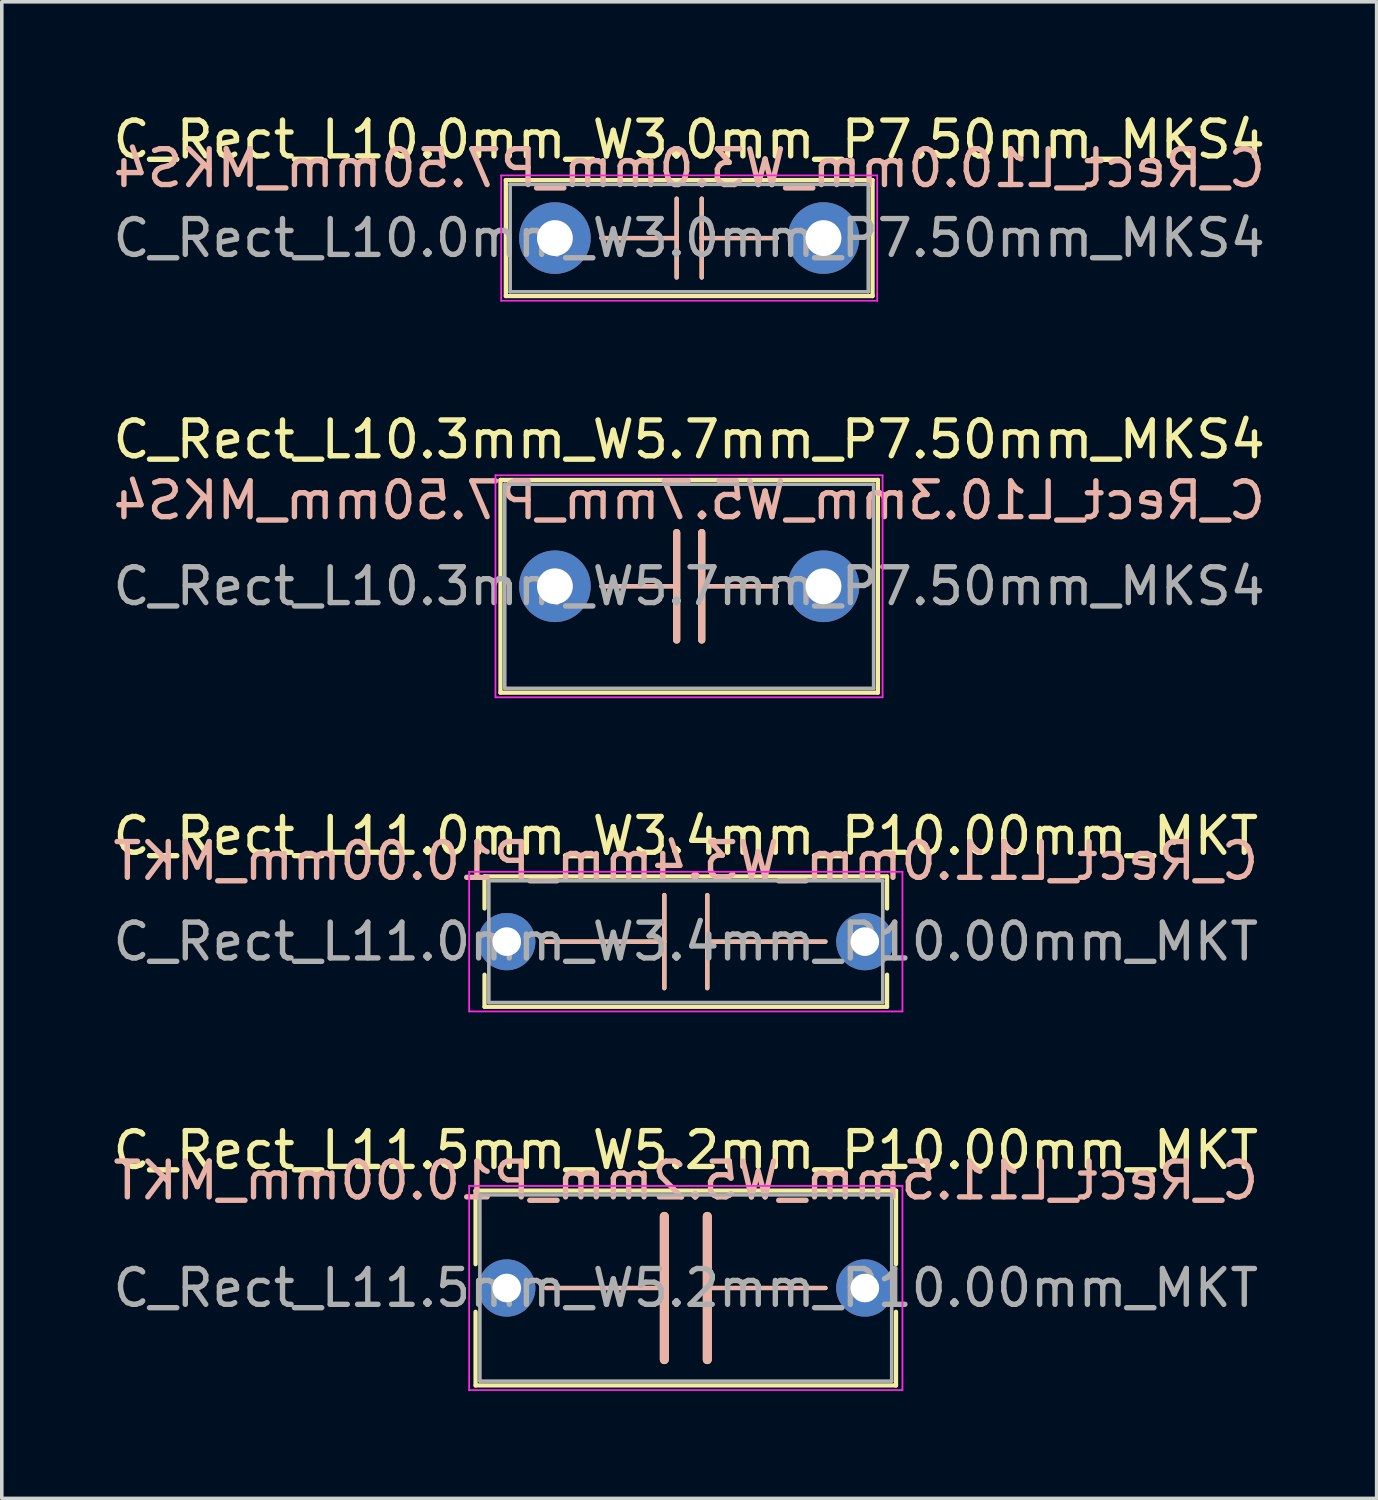
<source format=kicad_pcb>
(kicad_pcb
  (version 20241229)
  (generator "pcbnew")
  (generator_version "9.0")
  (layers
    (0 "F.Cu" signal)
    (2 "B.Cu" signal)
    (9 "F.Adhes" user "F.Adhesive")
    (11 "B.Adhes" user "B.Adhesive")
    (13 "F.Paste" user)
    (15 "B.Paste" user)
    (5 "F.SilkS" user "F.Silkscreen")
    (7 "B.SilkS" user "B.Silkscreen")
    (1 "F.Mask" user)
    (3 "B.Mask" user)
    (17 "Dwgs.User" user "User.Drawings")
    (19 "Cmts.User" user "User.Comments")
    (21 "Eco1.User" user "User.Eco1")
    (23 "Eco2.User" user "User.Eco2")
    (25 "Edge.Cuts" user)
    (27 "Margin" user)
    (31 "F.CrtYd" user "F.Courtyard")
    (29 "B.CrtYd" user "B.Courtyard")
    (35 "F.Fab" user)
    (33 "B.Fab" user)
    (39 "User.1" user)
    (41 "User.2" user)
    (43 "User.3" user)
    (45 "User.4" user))
  (footprint "C_Rect_L11.5mm_W5.2mm_P10.00mm_MKT"
    (layer "F.Cu")
    (at 11.101 32.918)
    (property "Reference" "C_Rect_L11.5mm_W5.2mm_P10.00mm_MKT" (at 5 -3.85 0) (layer "F.SilkS") (effects (font (size 1 1) (thickness 0.15))))
    (fp_line (start -0.87 -2.72) (end -0.87 -0.665) (stroke (width 0.12) (type solid)) (layer "F.SilkS"))
    (fp_line (start -0.87 -2.72) (end 10.87 -2.72) (stroke (width 0.12) (type solid)) (layer "F.SilkS"))
    (fp_line (start -0.87 0.665) (end -0.87 2.72) (stroke (width 0.12) (type solid)) (layer "F.SilkS"))
    (fp_line (start -0.87 2.72) (end 10.87 2.72) (stroke (width 0.12) (type solid)) (layer "F.SilkS"))
    (fp_line (start 1.1 0) (end 4.4 0) (stroke (width 0.12) (type solid)) (layer "F.SilkS"))
    (fp_line (start 4.4 2) (end 4.4 -2) (stroke (width 0.25) (type solid)) (layer "F.SilkS"))
    (fp_line (start 5.6 2) (end 5.6 -2) (stroke (width 0.25) (type solid)) (layer "F.SilkS"))
    (fp_line (start 8.9 0) (end 5.6 0) (stroke (width 0.12) (type solid)) (layer "F.SilkS"))
    (fp_line (start 10.87 -2.72) (end 10.87 -0.665) (stroke (width 0.12) (type solid)) (layer "F.SilkS"))
    (fp_line (start 10.87 0.665) (end 10.87 2.72) (stroke (width 0.12) (type solid)) (layer "F.SilkS"))
    (fp_line (start 1.1 0) (end 4.4 0) (stroke (width 0.12) (type solid)) (layer "B.SilkS"))
    (fp_line (start 4.4 -2) (end 4.4 2) (stroke (width 0.25) (type solid)) (layer "B.SilkS"))
    (fp_line (start 5.6 -2) (end 5.6 2) (stroke (width 0.25) (type solid)) (layer "B.SilkS"))
    (fp_line (start 8.9 0) (end 5.6 0) (stroke (width 0.12) (type solid)) (layer "B.SilkS"))
    (fp_line (start -1.05 -2.85) (end -1.05 2.85) (stroke (width 0.05) (type solid)) (layer "F.CrtYd"))
    (fp_line (start -1.05 2.85) (end 11.05 2.85) (stroke (width 0.05) (type solid)) (layer "F.CrtYd"))
    (fp_line (start 11.05 -2.85) (end -1.05 -2.85) (stroke (width 0.05) (type solid)) (layer "F.CrtYd"))
    (fp_line (start 11.05 2.85) (end 11.05 -2.85) (stroke (width 0.05) (type solid)) (layer "F.CrtYd"))
    (fp_line (start -0.75 -2.6) (end -0.75 2.6) (stroke (width 0.1) (type solid)) (layer "F.Fab"))
    (fp_line (start -0.75 2.6) (end 10.75 2.6) (stroke (width 0.1) (type solid)) (layer "F.Fab"))
    (fp_line (start 10.75 -2.6) (end -0.75 -2.6) (stroke (width 0.1) (type solid)) (layer "F.Fab"))
    (fp_line (start 10.75 2.6) (end 10.75 -2.6) (stroke (width 0.1) (type solid)) (layer "F.Fab"))
    (fp_text user "${REFERENCE}" (at 5 -3 0) (layer "B.SilkS") (effects (font (size 1 1) (thickness 0.15)) (justify mirror)))
    (fp_text user "${REFERENCE}" (at 5 0 0) (layer "F.Fab") (effects (font (size 1 1) (thickness 0.15))))
    (pad "1" thru_hole circle (at 0 0) (size 1.6 1.6) (drill 0.8) (layers "*.Cu" "*.Mask"))
    (pad "2" thru_hole circle (at 10 0) (size 1.6 1.6) (drill 0.8) (layers "*.Cu" "*.Mask")))
  (footprint "C_Rect_L10.0mm_W3.0mm_P7.50mm_MKS4"
    (layer "F.Cu")
    (at 12.446 3.598)
    (property "Reference" "C_Rect_L10.0mm_W3.0mm_P7.50mm_MKS4" (at 3.75 -2.75 0) (layer "F.SilkS") (effects (font (size 1 1) (thickness 0.15))))
    (fp_line (start -1.37 -1.62) (end -1.37 1.62) (stroke (width 0.12) (type solid)) (layer "F.SilkS"))
    (fp_line (start -1.37 -1.62) (end 8.87 -1.62) (stroke (width 0.12) (type solid)) (layer "F.SilkS"))
    (fp_line (start -1.37 1.62) (end 8.87 1.62) (stroke (width 0.12) (type solid)) (layer "F.SilkS"))
    (fp_line (start 1.3 0) (end 3.4 0) (stroke (width 0.12) (type solid)) (layer "F.SilkS"))
    (fp_line (start 3.4 -1.1) (end 3.4 1.1) (stroke (width 0.12) (type solid)) (layer "F.SilkS"))
    (fp_line (start 4.1 -1.1) (end 4.1 1.1) (stroke (width 0.12) (type solid)) (layer "F.SilkS"))
    (fp_line (start 4.1 0) (end 6.2 0) (stroke (width 0.12) (type solid)) (layer "F.SilkS"))
    (fp_line (start 8.87 -1.62) (end 8.87 1.62) (stroke (width 0.12) (type solid)) (layer "F.SilkS"))
    (fp_line (start 1.3 0) (end 3.4 0) (stroke (width 0.12) (type solid)) (layer "B.SilkS"))
    (fp_line (start 3.4 1.1) (end 3.4 -1.1) (stroke (width 0.12) (type solid)) (layer "B.SilkS"))
    (fp_line (start 4.1 0) (end 6.2 0) (stroke (width 0.12) (type solid)) (layer "B.SilkS"))
    (fp_line (start 4.1 1.1) (end 4.1 -1.1) (stroke (width 0.12) (type solid)) (layer "B.SilkS"))
    (fp_line (start -1.5 -1.75) (end -1.5 1.75) (stroke (width 0.05) (type solid)) (layer "F.CrtYd"))
    (fp_line (start -1.5 1.75) (end 9 1.75) (stroke (width 0.05) (type solid)) (layer "F.CrtYd"))
    (fp_line (start 9 -1.75) (end -1.5 -1.75) (stroke (width 0.05) (type solid)) (layer "F.CrtYd"))
    (fp_line (start 9 1.75) (end 9 -1.75) (stroke (width 0.05) (type solid)) (layer "F.CrtYd"))
    (fp_line (start -1.25 -1.5) (end -1.25 1.5) (stroke (width 0.1) (type solid)) (layer "F.Fab"))
    (fp_line (start -1.25 1.5) (end 8.75 1.5) (stroke (width 0.1) (type solid)) (layer "F.Fab"))
    (fp_line (start 8.75 -1.5) (end -1.25 -1.5) (stroke (width 0.1) (type solid)) (layer "F.Fab"))
    (fp_line (start 8.75 1.5) (end 8.75 -1.5) (stroke (width 0.1) (type solid)) (layer "F.Fab"))
    (fp_text user "${REFERENCE}" (at 3.75 -1.95 0) (layer "B.SilkS") (effects (font (size 1 1) (thickness 0.15)) (justify mirror)))
    (fp_text user "${REFERENCE}" (at 3.75 0 0) (layer "F.Fab") (effects (font (size 1 1) (thickness 0.15))))
    (pad "1" thru_hole circle (at 0 0) (size 2 2) (drill 1) (layers "*.Cu" "*.Mask"))
    (pad "2" thru_hole circle (at 7.5 0) (size 2 2) (drill 1) (layers "*.Cu" "*.Mask")))
  (footprint "C_Rect_L11.0mm_W3.4mm_P10.00mm_MKT"
    (layer "F.Cu")
    (at 11.101 23.245)
    (property "Reference" "C_Rect_L11.0mm_W3.4mm_P10.00mm_MKT" (at 5 -2.95 0) (layer "F.SilkS") (effects (font (size 1 1) (thickness 0.15))))
    (fp_line (start -0.62 -1.82) (end -0.62 -0.925) (stroke (width 0.12) (type solid)) (layer "F.SilkS"))
    (fp_line (start -0.62 -1.82) (end 10.62 -1.82) (stroke (width 0.12) (type solid)) (layer "F.SilkS"))
    (fp_line (start -0.62 0.925) (end -0.62 1.82) (stroke (width 0.12) (type solid)) (layer "F.SilkS"))
    (fp_line (start -0.62 1.82) (end 10.62 1.82) (stroke (width 0.12) (type solid)) (layer "F.SilkS"))
    (fp_line (start 1.1 0) (end 4.4 0) (stroke (width 0.12) (type solid)) (layer "F.SilkS"))
    (fp_line (start 4.4 1.3) (end 4.4 -1.3) (stroke (width 0.12) (type solid)) (layer "F.SilkS"))
    (fp_line (start 5.6 1.3) (end 5.6 -1.3) (stroke (width 0.12) (type solid)) (layer "F.SilkS"))
    (fp_line (start 8.9 0) (end 5.6 0) (stroke (width 0.12) (type solid)) (layer "F.SilkS"))
    (fp_line (start 10.62 -1.82) (end 10.62 -0.925) (stroke (width 0.12) (type solid)) (layer "F.SilkS"))
    (fp_line (start 10.62 0.925) (end 10.62 1.82) (stroke (width 0.12) (type solid)) (layer "F.SilkS"))
    (fp_line (start 1.1 0) (end 4.4 0) (stroke (width 0.12) (type solid)) (layer "B.SilkS"))
    (fp_line (start 4.4 -1.3) (end 4.4 1.3) (stroke (width 0.12) (type solid)) (layer "B.SilkS"))
    (fp_line (start 5.6 -1.3) (end 5.6 1.3) (stroke (width 0.12) (type solid)) (layer "B.SilkS"))
    (fp_line (start 8.9 0) (end 5.6 0) (stroke (width 0.12) (type solid)) (layer "B.SilkS"))
    (fp_line (start -1.05 -1.95) (end -1.05 1.95) (stroke (width 0.05) (type solid)) (layer "F.CrtYd"))
    (fp_line (start -1.05 1.95) (end 11.05 1.95) (stroke (width 0.05) (type solid)) (layer "F.CrtYd"))
    (fp_line (start 11.05 -1.95) (end -1.05 -1.95) (stroke (width 0.05) (type solid)) (layer "F.CrtYd"))
    (fp_line (start 11.05 1.95) (end 11.05 -1.95) (stroke (width 0.05) (type solid)) (layer "F.CrtYd"))
    (fp_line (start -0.5 -1.7) (end -0.5 1.7) (stroke (width 0.1) (type solid)) (layer "F.Fab"))
    (fp_line (start -0.5 1.7) (end 10.5 1.7) (stroke (width 0.1) (type solid)) (layer "F.Fab"))
    (fp_line (start 10.5 -1.7) (end -0.5 -1.7) (stroke (width 0.1) (type solid)) (layer "F.Fab"))
    (fp_line (start 10.5 1.7) (end 10.5 -1.7) (stroke (width 0.1) (type solid)) (layer "F.Fab"))
    (fp_text user "${REFERENCE}" (at 5 -2.25 0) (layer "B.SilkS") (effects (font (size 1 1) (thickness 0.15)) (justify mirror)))
    (fp_text user "${REFERENCE}" (at 5 0 0) (layer "F.Fab") (effects (font (size 1 1) (thickness 0.15))))
    (pad "1" thru_hole circle (at 0 0) (size 1.6 1.6) (drill 0.8) (layers "*.Cu" "*.Mask"))
    (pad "2" thru_hole circle (at 10 0) (size 1.6 1.6) (drill 0.8) (layers "*.Cu" "*.Mask")))
  (footprint "C_Rect_L10.3mm_W5.7mm_P7.50mm_MKS4"
    (layer "F.Cu")
    (at 12.446 13.322)
    (property "Reference" "C_Rect_L10.3mm_W5.7mm_P7.50mm_MKS4" (at 3.75 -4.1 0) (layer "F.SilkS") (effects (font (size 1 1) (thickness 0.15))))
    (fp_line (start -1.52 -2.97) (end -1.52 2.97) (stroke (width 0.12) (type solid)) (layer "F.SilkS"))
    (fp_line (start -1.52 -2.97) (end 9.02 -2.97) (stroke (width 0.12) (type solid)) (layer "F.SilkS"))
    (fp_line (start -1.52 2.97) (end 9.02 2.97) (stroke (width 0.12) (type solid)) (layer "F.SilkS"))
    (fp_line (start 1.3 0) (end 3.4 0) (stroke (width 0.12) (type solid)) (layer "F.SilkS"))
    (fp_line (start 3.4 -1.5) (end 3.4 1.5) (stroke (width 0.2) (type solid)) (layer "F.SilkS"))
    (fp_line (start 4.1 -1.5) (end 4.1 1.5) (stroke (width 0.2) (type solid)) (layer "F.SilkS"))
    (fp_line (start 4.1 0) (end 6.2 0) (stroke (width 0.12) (type solid)) (layer "F.SilkS"))
    (fp_line (start 9.02 -2.97) (end 9.02 2.97) (stroke (width 0.12) (type solid)) (layer "F.SilkS"))
    (fp_line (start 1.3 0) (end 3.4 0) (stroke (width 0.12) (type solid)) (layer "B.SilkS"))
    (fp_line (start 3.4 1.5) (end 3.4 -1.5) (stroke (width 0.2) (type solid)) (layer "B.SilkS"))
    (fp_line (start 4.1 0) (end 6.2 0) (stroke (width 0.12) (type solid)) (layer "B.SilkS"))
    (fp_line (start 4.1 1.5) (end 4.1 -1.5) (stroke (width 0.2) (type solid)) (layer "B.SilkS"))
    (fp_line (start -1.66 -3.1) (end -1.66 3.1) (stroke (width 0.05) (type solid)) (layer "F.CrtYd"))
    (fp_line (start -1.66 3.1) (end 9.15 3.1) (stroke (width 0.05) (type solid)) (layer "F.CrtYd"))
    (fp_line (start 9.15 -3.1) (end -1.66 -3.1) (stroke (width 0.05) (type solid)) (layer "F.CrtYd"))
    (fp_line (start 9.15 3.1) (end 9.15 -3.1) (stroke (width 0.05) (type solid)) (layer "F.CrtYd"))
    (fp_line (start -1.4 -2.85) (end -1.4 2.85) (stroke (width 0.1) (type solid)) (layer "F.Fab"))
    (fp_line (start -1.4 2.85) (end 8.9 2.85) (stroke (width 0.1) (type solid)) (layer "F.Fab"))
    (fp_line (start 8.9 -2.85) (end -1.4 -2.85) (stroke (width 0.1) (type solid)) (layer "F.Fab"))
    (fp_line (start 8.9 2.85) (end 8.9 -2.85) (stroke (width 0.1) (type solid)) (layer "F.Fab"))
    (fp_text user "${REFERENCE}" (at 3.75 -2.4 0) (layer "B.SilkS") (effects (font (size 1 1) (thickness 0.15)) (justify mirror)))
    (fp_text user "${REFERENCE}" (at 3.75 0 0) (layer "F.Fab") (effects (font (size 1 1) (thickness 0.15))))
    (pad "1" thru_hole circle (at 0 0) (size 2 2) (drill 1) (layers "*.Cu" "*.Mask"))
    (pad "2" thru_hole circle (at 7.5 0) (size 2 2) (drill 1) (layers "*.Cu" "*.Mask")))
  (gr_rect
    (start -3 -3)
    (end 35.393 38.793)
    (stroke (width 0.1) (type default))
    (fill no)
    (layer "Edge.Cuts")))
</source>
